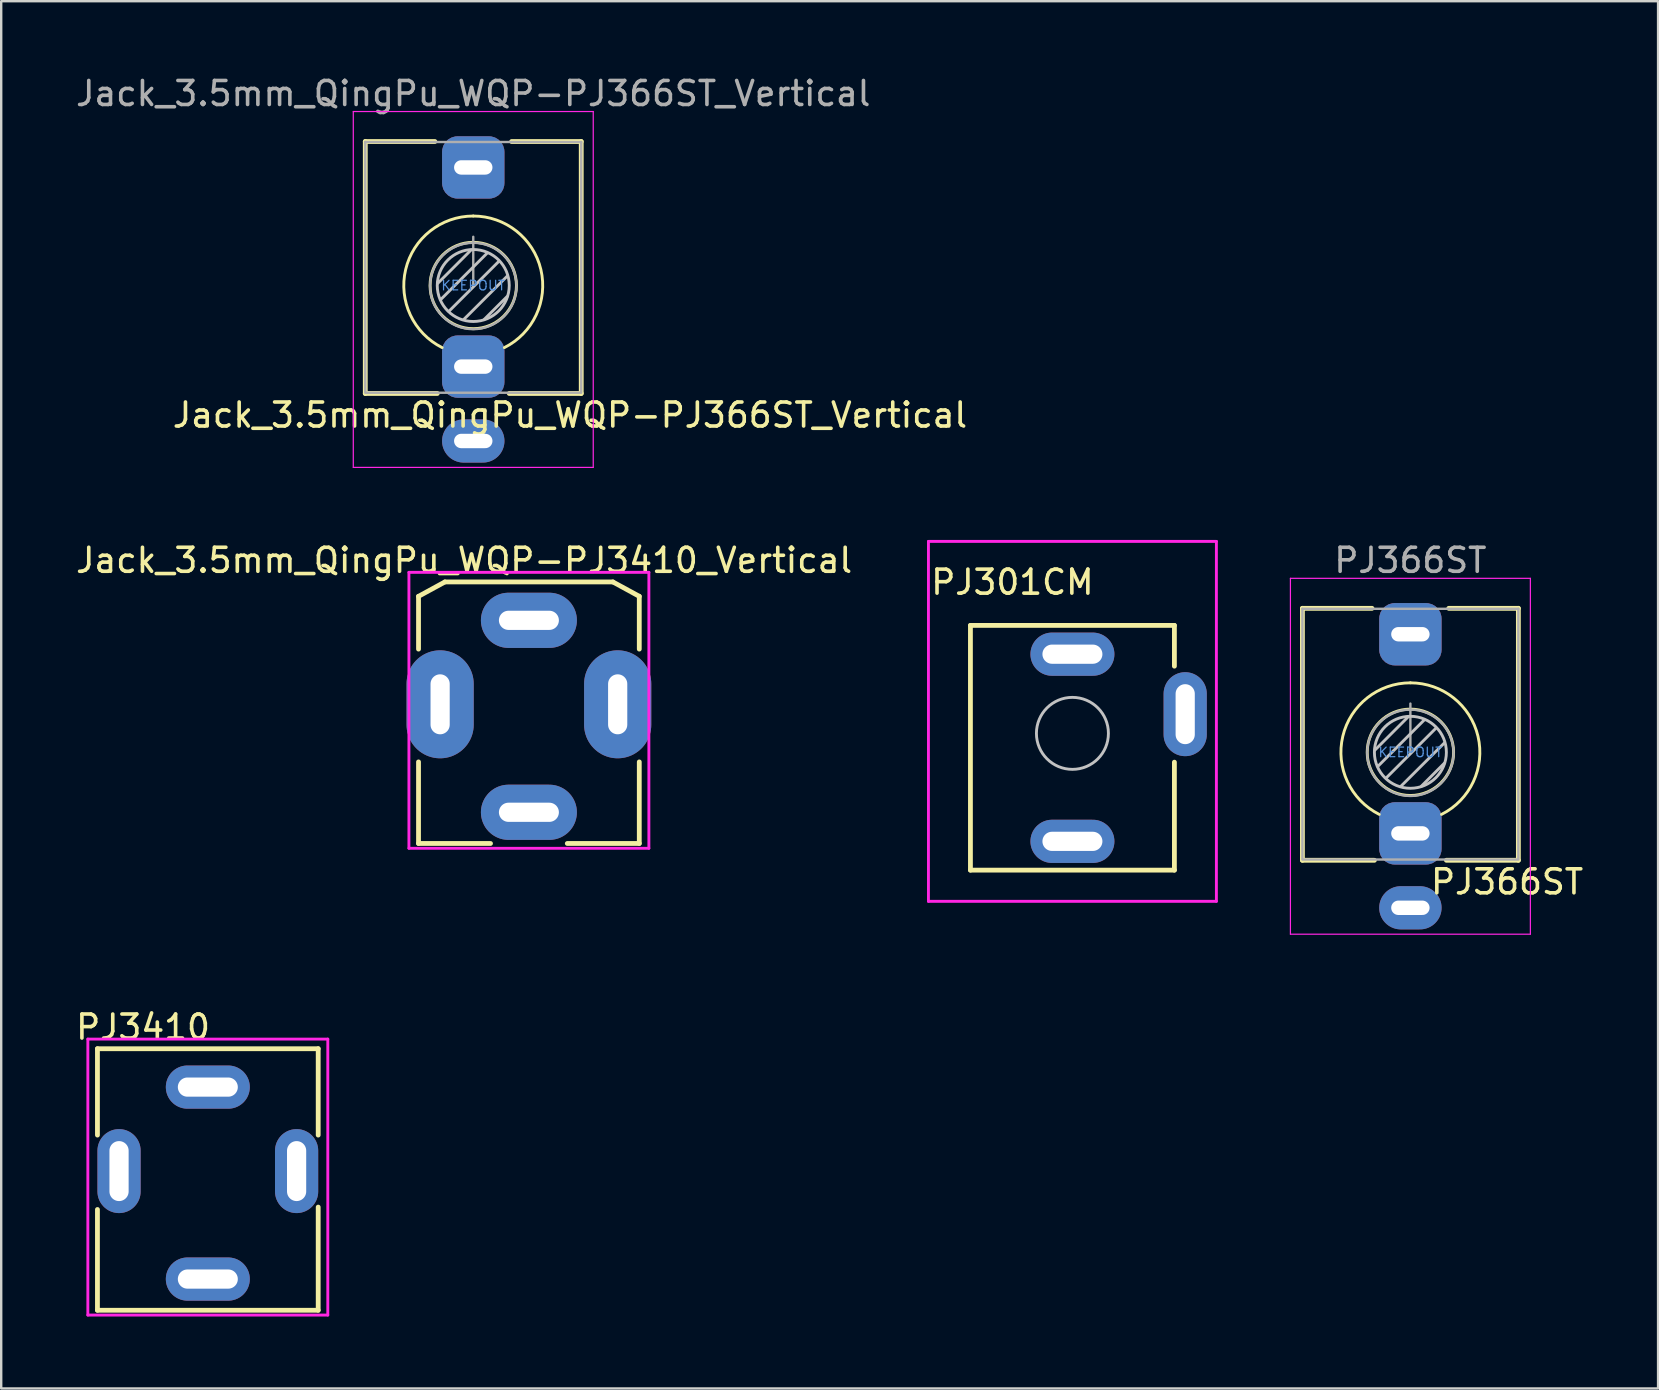
<source format=kicad_pcb>
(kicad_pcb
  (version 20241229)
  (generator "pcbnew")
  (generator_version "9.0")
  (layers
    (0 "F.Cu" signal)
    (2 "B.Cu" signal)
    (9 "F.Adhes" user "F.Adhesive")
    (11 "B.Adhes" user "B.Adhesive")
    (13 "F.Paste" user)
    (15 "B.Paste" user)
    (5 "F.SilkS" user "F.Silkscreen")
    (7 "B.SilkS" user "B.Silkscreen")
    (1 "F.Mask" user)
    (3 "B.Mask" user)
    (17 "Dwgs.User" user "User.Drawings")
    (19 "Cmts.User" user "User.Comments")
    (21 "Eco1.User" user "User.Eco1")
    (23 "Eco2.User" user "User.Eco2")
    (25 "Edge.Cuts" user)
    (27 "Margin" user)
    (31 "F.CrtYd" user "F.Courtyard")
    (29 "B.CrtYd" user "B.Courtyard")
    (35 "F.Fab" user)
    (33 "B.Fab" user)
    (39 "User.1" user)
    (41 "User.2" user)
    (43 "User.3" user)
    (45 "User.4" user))
  (footprint "PJ3410"
    (layer "F.Cu")
    (at 5.611 45.755)
    (property "Reference" "PJ3410" (at -2.7 -6 0) (layer "F.SilkS") (effects (font (size 1 1) (thickness 0.15))))
    (attr through_hole)
    (fp_line (start -4.6 -5.1) (end -4.6 -1.5) (stroke (width 0.2) (type solid)) (layer "F.SilkS"))
    (fp_line (start -4.6 1.6) (end -4.6 5.8) (stroke (width 0.2) (type solid)) (layer "F.SilkS"))
    (fp_line (start -4.6 5.8) (end 4.6 5.8) (stroke (width 0.2) (type solid)) (layer "F.SilkS"))
    (fp_line (start 4.6 -5.1) (end -4.6 -5.1) (stroke (width 0.2) (type solid)) (layer "F.SilkS"))
    (fp_line (start 4.6 -5.1) (end 4.6 -1.5) (stroke (width 0.2) (type solid)) (layer "F.SilkS"))
    (fp_line (start 4.6 5.8) (end 4.6 1.5) (stroke (width 0.2) (type solid)) (layer "F.SilkS"))
    (fp_line (start -5 -5.5) (end -5 6) (stroke (width 0.12) (type solid)) (layer "F.CrtYd"))
    (fp_line (start -5 6) (end 5 6) (stroke (width 0.12) (type solid)) (layer "F.CrtYd"))
    (fp_line (start 5 -5.5) (end -5 -5.5) (stroke (width 0.12) (type solid)) (layer "F.CrtYd"))
    (fp_line (start 5 6) (end 5 -5.5) (stroke (width 0.12) (type solid)) (layer "F.CrtYd"))
    (pad "1" thru_hole oval (at -3.7 0) (size 1.8 3.5) (drill oval 0.8 2.5) (layers "*.Cu" "*.Mask"))
    (pad "2" thru_hole oval (at 3.7 0) (size 1.8 3.5) (drill oval 0.8 2.5) (layers "*.Cu" "*.Mask"))
    (pad "3" thru_hole oval (at 0 -3.5 90) (size 1.8 3.5) (drill oval 0.8 2.5) (layers "*.Cu" "*.Mask"))
    (pad "4" thru_hole oval (at 0 4.5 270) (size 1.8 3.5) (drill oval 0.8 2.5) (layers "*.Cu" "*.Mask")))
  (footprint "Jack_3.5mm_QingPu_WQP-PJ366ST_Vertical"
    (layer "F.Cu")
    (at 16.673 8.848)
    (property "Reference" "Jack_3.5mm_QingPu_WQP-PJ366ST_Vertical" (at 4.03 5.4 0) (layer "F.SilkS") (effects (font (size 1 1) (thickness 0.15))))
    (attr through_hole)
    (fp_line (start -4.5 -6) (end -1.6 -6) (stroke (width 0.2) (type solid)) (layer "F.SilkS"))
    (fp_line (start -4.5 4.5) (end -4.5 -6) (stroke (width 0.2) (type solid)) (layer "F.SilkS"))
    (fp_line (start -4.5 4.5) (end -1.5 4.5) (stroke (width 0.2) (type solid)) (layer "F.SilkS"))
    (fp_line (start 1.5 4.5) (end 4.5 4.5) (stroke (width 0.2) (type solid)) (layer "F.SilkS"))
    (fp_line (start 1.6 -6) (end 4.5 -6) (stroke (width 0.2) (type solid)) (layer "F.SilkS"))
    (fp_line (start 4.5 4.5) (end 4.5 -6) (stroke (width 0.2) (type solid)) (layer "F.SilkS"))
    (fp_arc (start -1.296263 2.588577) (mid -2.817353 -0.665994) (end 0 -2.895) (stroke (width 0.12) (type solid)) (layer "F.SilkS"))
    (fp_arc (start 0 -2.895) (mid 2.817353 -0.665994) (end 1.296263 2.588577) (stroke (width 0.12) (type solid)) (layer "F.SilkS"))
    (fp_circle (center 0 0) (end -1.8 0) (stroke (width 0.12) (type solid)) (fill no) (layer "F.SilkS"))
    (fp_line (start -0.09 -1.48) (end -1.48 -0.09) (stroke (width 0.12) (type solid)) (layer "Dwgs.User"))
    (fp_line (start 0.58 -1.35) (end -1.36 0.59) (stroke (width 0.12) (type solid)) (layer "Dwgs.User"))
    (fp_line (start 1.07 -1.01) (end -1.01 1.07) (stroke (width 0.12) (type solid)) (layer "Dwgs.User"))
    (fp_line (start 1.41 0.46) (end 0.46 1.41) (stroke (width 0.12) (type solid)) (layer "Dwgs.User"))
    (fp_line (start 1.42 -0.395) (end -0.4 1.42) (stroke (width 0.12) (type solid)) (layer "Dwgs.User"))
    (fp_circle (center 0 0) (end -1.5 0) (stroke (width 0.12) (type solid)) (fill no) (layer "Dwgs.User"))
    (fp_line (start -5 -7.25) (end -5 7.58) (stroke (width 0.05) (type solid)) (layer "F.CrtYd"))
    (fp_line (start -5 -7.25) (end 5 -7.25) (stroke (width 0.05) (type solid)) (layer "F.CrtYd"))
    (fp_line (start -5 7.58) (end 5 7.58) (stroke (width 0.05) (type solid)) (layer "F.CrtYd"))
    (fp_line (start 5 -7.25) (end 5 7.58) (stroke (width 0.05) (type solid)) (layer "F.CrtYd"))
    (fp_line (start -4.5 -5.98) (end -4.5 4.42) (stroke (width 0.1) (type solid)) (layer "F.Fab"))
    (fp_line (start -4.5 -5.98) (end 4.5 -5.98) (stroke (width 0.1) (type solid)) (layer "F.Fab"))
    (fp_line (start -4.5 4.47) (end 4.5 4.47) (stroke (width 0.1) (type solid)) (layer "F.Fab"))
    (fp_line (start 0 0) (end 0 -2.03) (stroke (width 0.1) (type solid)) (layer "F.Fab"))
    (fp_line (start 4.5 -5.98) (end 4.5 4.42) (stroke (width 0.1) (type solid)) (layer "F.Fab"))
    (fp_circle (center 0 0.02) (end -1.8 0.02) (stroke (width 0.1) (type solid)) (fill no) (layer "F.Fab"))
    (fp_text user "KEEPOUT" (at 0 0 180) (layer "Cmts.User") (effects (font (size 0.4 0.4) (thickness 0.051))))
    (fp_text user "${REFERENCE}" (at 0 -8 0) (layer "F.Fab") (effects (font (size 1 1) (thickness 0.15))))
    (pad "R" thru_hole roundrect (at 0 3.38) (size 2.6 2.6) (drill oval 1.6 0.6) (layers "*.Cu" "*.Mask") (roundrect_rratio 0.25))
    (pad "S" thru_hole oval (at 0 6.48) (size 2.6 1.8) (drill oval 1.6 0.6) (layers "*.Cu" "*.Mask"))
    (pad "T" thru_hole roundrect (at 0 -4.92) (size 2.6 2.6) (drill oval 1.6 0.6) (layers "*.Cu" "*.Mask") (roundrect_rratio 0.25)))
  (footprint "Jack_3.5mm_QingPu_WQP-PJ3410_Vertical"
    (layer "F.Cu")
    (at 18.992 26.302)
    (property "Reference" "Jack_3.5mm_QingPu_WQP-PJ3410_Vertical" (at -2.7 -6 0) (layer "F.SilkS") (effects (font (size 1 1) (thickness 0.15))))
    (attr through_hole)
    (fp_line (start -4.6 -4.5) (end -4.6 -2.3) (stroke (width 0.2) (type solid)) (layer "F.SilkS"))
    (fp_line (start -4.6 2.4) (end -4.6 5.8) (stroke (width 0.2) (type solid)) (layer "F.SilkS"))
    (fp_line (start -4.6 5.8) (end -1.6 5.8) (stroke (width 0.2) (type solid)) (layer "F.SilkS"))
    (fp_line (start -3.5 -5.1) (end -4.6 -4.5) (stroke (width 0.2) (type solid)) (layer "F.SilkS"))
    (fp_line (start 1.6 5.8) (end 4.6 5.8) (stroke (width 0.2) (type solid)) (layer "F.SilkS"))
    (fp_line (start 3.5 -5.1) (end -3.5 -5.1) (stroke (width 0.2) (type solid)) (layer "F.SilkS"))
    (fp_line (start 3.5 -5.1) (end 4.6 -4.5) (stroke (width 0.2) (type solid)) (layer "F.SilkS"))
    (fp_line (start 4.6 -4.5) (end 4.6 -2.3) (stroke (width 0.2) (type solid)) (layer "F.SilkS"))
    (fp_line (start 4.6 5.8) (end 4.6 2.4) (stroke (width 0.2) (type solid)) (layer "F.SilkS"))
    (fp_line (start -5 -5.5) (end -5 6) (stroke (width 0.12) (type solid)) (layer "F.CrtYd"))
    (fp_line (start -5 6) (end 5 6) (stroke (width 0.12) (type solid)) (layer "F.CrtYd"))
    (fp_line (start 5 -5.5) (end -5 -5.5) (stroke (width 0.12) (type solid)) (layer "F.CrtYd"))
    (fp_line (start 5 6) (end 5 -5.5) (stroke (width 0.12) (type solid)) (layer "F.CrtYd"))
    (pad "R" thru_hole oval (at 0 -3.5 90) (size 2.3 4) (drill oval 0.8 2.5) (layers "*.Cu" "*.Mask"))
    (pad "S" thru_hole oval (at 3.7 0) (size 2.8 4.5) (drill oval 0.8 2.5) (layers "*.Cu" "*.Mask"))
    (pad "T" thru_hole oval (at 0 4.5 270) (size 2.3 4) (drill oval 0.8 2.5) (layers "*.Cu" "*.Mask"))
    (pad "TN" thru_hole oval (at -3.7 0) (size 2.8 4.5) (drill oval 0.8 2.5) (layers "*.Cu" "*.Mask")))
  (footprint "PJ301CM"
    (layer "F.Cu")
    (at 41.643 27.513)
    (property "Reference" "PJ301CM" (at -2.5 -6.3 0) (layer "F.SilkS") (effects (font (size 1 1) (thickness 0.15))))
    (attr through_hole)
    (fp_line (start -4.25 5.7) (end -4.25 -4.5) (stroke (width 0.2) (type solid)) (layer "F.SilkS"))
    (fp_line (start -4.25 5.7) (end 4.25 5.7) (stroke (width 0.2) (type solid)) (layer "F.SilkS"))
    (fp_line (start 4.25 -4.5) (end -4.25 -4.5) (stroke (width 0.2) (type solid)) (layer "F.SilkS"))
    (fp_line (start 4.25 -4.5) (end 4.25 -2.8) (stroke (width 0.2) (type solid)) (layer "F.SilkS"))
    (fp_line (start 4.25 5.7) (end 4.25 1.2) (stroke (width 0.2) (type solid)) (layer "F.SilkS"))
    (fp_circle (center 0 0) (end 1.5 0) (stroke (width 0.12) (type solid)) (fill no) (layer "Dwgs.User"))
    (fp_line (start -6 -8) (end 6 -8) (stroke (width 0.12) (type solid)) (layer "F.CrtYd"))
    (fp_line (start -6 7) (end -6 -8) (stroke (width 0.12) (type solid)) (layer "F.CrtYd"))
    (fp_line (start 6 -8) (end 6 7) (stroke (width 0.12) (type solid)) (layer "F.CrtYd"))
    (fp_line (start 6 7) (end -6 7) (stroke (width 0.12) (type solid)) (layer "F.CrtYd"))
    (pad "R" thru_hole oval (at 4.7 -0.8 90) (size 3.5 1.8) (drill oval 2.5 0.8) (layers "*.Cu" "*.Mask"))
    (pad "S" thru_hole oval (at 0 -3.3) (size 3.5 1.8) (drill oval 2.5 0.8) (layers "*.Cu" "*.Mask"))
    (pad "T" thru_hole oval (at 0 4.5) (size 3.5 1.8) (drill oval 2.5 0.8) (layers "*.Cu" "*.Mask")))
  (footprint "PJ366ST"
    (layer "F.Cu")
    (at 55.728 28.302)
    (property "Reference" "PJ366ST" (at 4.03 5.4 0) (layer "F.SilkS") (effects (font (size 1 1) (thickness 0.15))))
    (attr through_hole)
    (fp_line (start -4.5 -6) (end -1.6 -6) (stroke (width 0.2) (type solid)) (layer "F.SilkS"))
    (fp_line (start -4.5 4.5) (end -4.5 -6) (stroke (width 0.2) (type solid)) (layer "F.SilkS"))
    (fp_line (start -4.5 4.5) (end -1.5 4.5) (stroke (width 0.2) (type solid)) (layer "F.SilkS"))
    (fp_line (start 1.5 4.5) (end 4.5 4.5) (stroke (width 0.2) (type solid)) (layer "F.SilkS"))
    (fp_line (start 1.6 -6) (end 4.5 -6) (stroke (width 0.2) (type solid)) (layer "F.SilkS"))
    (fp_line (start 4.5 4.5) (end 4.5 -6) (stroke (width 0.2) (type solid)) (layer "F.SilkS"))
    (fp_arc (start -1.296263 2.588577) (mid -2.817353 -0.665994) (end 0 -2.895) (stroke (width 0.12) (type solid)) (layer "F.SilkS"))
    (fp_arc (start 0 -2.895) (mid 2.817353 -0.665994) (end 1.296263 2.588577) (stroke (width 0.12) (type solid)) (layer "F.SilkS"))
    (fp_circle (center 0 0) (end -1.8 0) (stroke (width 0.12) (type solid)) (fill no) (layer "F.SilkS"))
    (fp_line (start -0.09 -1.48) (end -1.48 -0.09) (stroke (width 0.12) (type solid)) (layer "Dwgs.User"))
    (fp_line (start 0.58 -1.35) (end -1.36 0.59) (stroke (width 0.12) (type solid)) (layer "Dwgs.User"))
    (fp_line (start 1.07 -1.01) (end -1.01 1.07) (stroke (width 0.12) (type solid)) (layer "Dwgs.User"))
    (fp_line (start 1.41 0.46) (end 0.46 1.41) (stroke (width 0.12) (type solid)) (layer "Dwgs.User"))
    (fp_line (start 1.42 -0.395) (end -0.4 1.42) (stroke (width 0.12) (type solid)) (layer "Dwgs.User"))
    (fp_circle (center 0 0) (end -1.5 0) (stroke (width 0.12) (type solid)) (fill no) (layer "Dwgs.User"))
    (fp_line (start -5 -7.25) (end -5 7.58) (stroke (width 0.05) (type solid)) (layer "F.CrtYd"))
    (fp_line (start -5 -7.25) (end 5 -7.25) (stroke (width 0.05) (type solid)) (layer "F.CrtYd"))
    (fp_line (start -5 7.58) (end 5 7.58) (stroke (width 0.05) (type solid)) (layer "F.CrtYd"))
    (fp_line (start 5 -7.25) (end 5 7.58) (stroke (width 0.05) (type solid)) (layer "F.CrtYd"))
    (fp_line (start -4.5 -5.98) (end -4.5 4.42) (stroke (width 0.1) (type solid)) (layer "F.Fab"))
    (fp_line (start -4.5 -5.98) (end 4.5 -5.98) (stroke (width 0.1) (type solid)) (layer "F.Fab"))
    (fp_line (start -4.5 4.47) (end 4.5 4.47) (stroke (width 0.1) (type solid)) (layer "F.Fab"))
    (fp_line (start 0 0) (end 0 -2.03) (stroke (width 0.1) (type solid)) (layer "F.Fab"))
    (fp_line (start 4.5 -5.98) (end 4.5 4.42) (stroke (width 0.1) (type solid)) (layer "F.Fab"))
    (fp_circle (center 0 0.02) (end -1.8 0.02) (stroke (width 0.1) (type solid)) (fill no) (layer "F.Fab"))
    (fp_text user "KEEPOUT" (at 0 0 180) (layer "Cmts.User") (effects (font (size 0.4 0.4) (thickness 0.051))))
    (fp_text user "${REFERENCE}" (at 0 -8 0) (layer "F.Fab") (effects (font (size 1 1) (thickness 0.15))))
    (pad "R" thru_hole roundrect (at 0 3.38) (size 2.6 2.6) (drill oval 1.6 0.6) (layers "*.Cu" "*.Mask") (roundrect_rratio 0.25))
    (pad "S" thru_hole oval (at 0 6.48) (size 2.6 1.8) (drill oval 1.6 0.6) (layers "*.Cu" "*.Mask"))
    (pad "T" thru_hole roundrect (at 0 -4.92) (size 2.6 2.6) (drill oval 1.6 0.6) (layers "*.Cu" "*.Mask") (roundrect_rratio 0.25)))
  (gr_rect
    (start -3 -3)
    (end 66.05 54.815)
    (stroke (width 0.1) (type default))
    (fill no)
    (layer "Edge.Cuts")))
</source>
